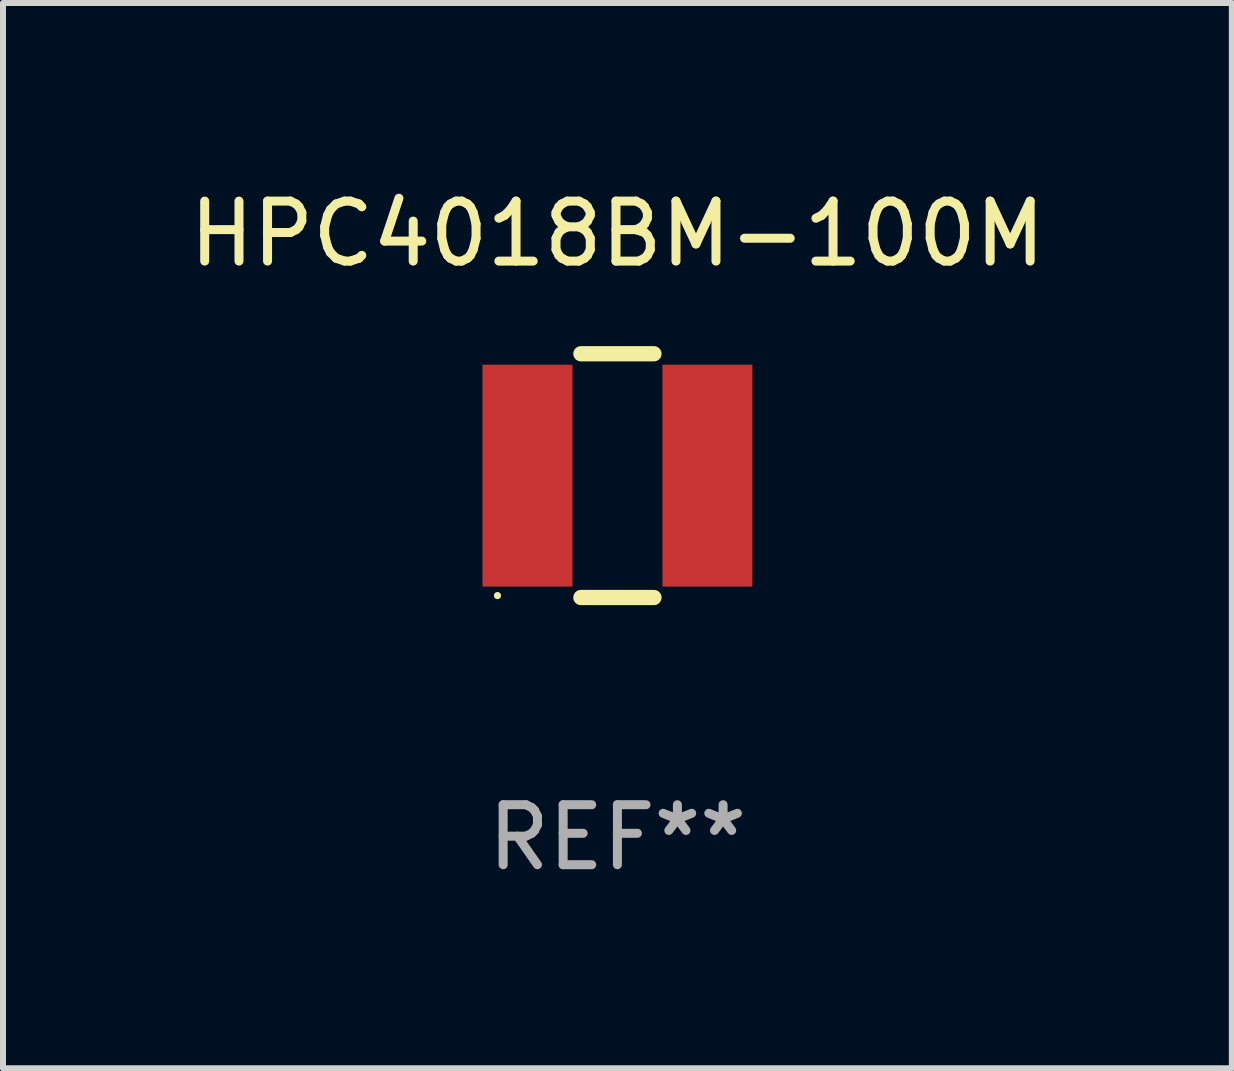
<source format=kicad_pcb>
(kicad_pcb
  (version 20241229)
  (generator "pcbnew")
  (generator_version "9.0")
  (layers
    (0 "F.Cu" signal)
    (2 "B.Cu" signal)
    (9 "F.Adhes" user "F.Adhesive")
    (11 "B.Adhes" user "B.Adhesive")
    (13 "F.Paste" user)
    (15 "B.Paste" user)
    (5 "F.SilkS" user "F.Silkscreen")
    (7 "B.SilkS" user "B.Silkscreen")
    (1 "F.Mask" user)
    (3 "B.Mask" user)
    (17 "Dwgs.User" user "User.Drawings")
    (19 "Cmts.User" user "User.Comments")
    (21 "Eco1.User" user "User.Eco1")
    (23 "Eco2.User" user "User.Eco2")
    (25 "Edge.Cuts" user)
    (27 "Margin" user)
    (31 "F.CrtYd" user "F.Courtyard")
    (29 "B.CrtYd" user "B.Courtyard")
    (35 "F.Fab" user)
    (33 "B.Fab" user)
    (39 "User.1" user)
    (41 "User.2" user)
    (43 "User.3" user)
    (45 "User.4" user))
  (footprint "HPC4018BM-100M"
    (layer "F.Cu")
    (at 7.244 4.88)
    (property "Reference" "HPC4018BM-100M" (at 0 -4.032 0) (layer "F.SilkS") (effects (font (size 1 1) (thickness 0.15))))
    (attr through_hole)
    (fp_line (start -0.609 -2.032) (end 0.609 -2.032) (stroke (width 0.254) (type solid)) (layer "F.SilkS"))
    (fp_line (start -0.609 2.032) (end 0.609 2.032) (stroke (width 0.254) (type solid)) (layer "F.SilkS"))
    (fp_circle (center -2 2) (end -1.97 2) (stroke (width 0.06) (type solid)) (fill no) (layer "F.SilkS"))
    (fp_text user "REF**" (at 0 6.032 0) (layer "F.Fab") (effects (font (size 1 1) (thickness 0.15))))
    (pad "1" smd rect (at -1.5 0 90) (size 3.7 1.5) (layers "F.Cu" "F.Mask" "F.Paste"))
    (pad "2" smd rect (at 1.5 0 90) (size 3.7 1.5) (layers "F.Cu" "F.Mask" "F.Paste")))
  (gr_rect
    (start -3 -3)
    (end 17.488 14.761)
    (stroke (width 0.1) (type default))
    (fill no)
    (layer "Edge.Cuts")))
</source>
